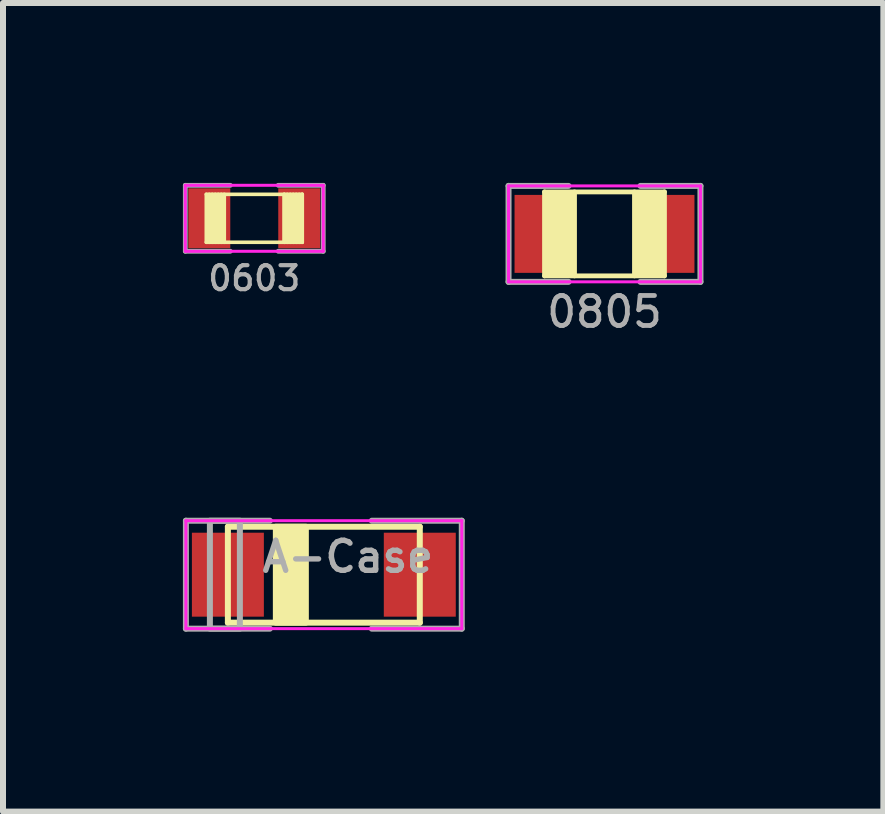
<source format=kicad_pcb>
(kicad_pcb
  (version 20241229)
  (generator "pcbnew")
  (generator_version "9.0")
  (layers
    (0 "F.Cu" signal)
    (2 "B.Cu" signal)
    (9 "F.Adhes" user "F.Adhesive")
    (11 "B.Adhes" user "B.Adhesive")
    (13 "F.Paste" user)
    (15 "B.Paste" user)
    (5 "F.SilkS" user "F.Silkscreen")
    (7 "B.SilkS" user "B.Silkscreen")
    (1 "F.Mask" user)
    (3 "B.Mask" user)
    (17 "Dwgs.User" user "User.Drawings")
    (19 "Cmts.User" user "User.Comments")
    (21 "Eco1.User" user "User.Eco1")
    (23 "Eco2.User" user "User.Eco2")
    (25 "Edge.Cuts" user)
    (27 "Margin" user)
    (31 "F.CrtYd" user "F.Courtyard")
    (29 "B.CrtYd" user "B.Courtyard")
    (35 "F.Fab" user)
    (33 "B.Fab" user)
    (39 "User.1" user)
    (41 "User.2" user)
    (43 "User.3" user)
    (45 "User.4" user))
  (footprint "0805"
    (layer "F.Cu")
    (at 7.03 0.85)
    (property "Reference" "0805" (at 0 1.3 0) (layer "F.Fab") (effects (font (size 0.5 0.5) (thickness 0.08))))
    (attr smd)
    (fp_line (start -1 -0.7) (end -1 0.7) (stroke (width 0.08) (type solid)) (layer "F.SilkS"))
    (fp_line (start -1 0.7) (end 1 0.7) (stroke (width 0.08) (type solid)) (layer "F.SilkS"))
    (fp_line (start -0.95 0.65) (end -0.95 -0.65) (stroke (width 0.12) (type solid)) (layer "F.SilkS"))
    (fp_line (start -0.85 -0.65) (end -0.85 0.65) (stroke (width 0.12) (type solid)) (layer "F.SilkS"))
    (fp_line (start -0.75 0.65) (end -0.75 -0.65) (stroke (width 0.12) (type solid)) (layer "F.SilkS"))
    (fp_line (start -0.65 -0.65) (end -0.65 0.65) (stroke (width 0.12) (type solid)) (layer "F.SilkS"))
    (fp_line (start -0.55 0.65) (end -0.55 -0.65) (stroke (width 0.12) (type solid)) (layer "F.SilkS"))
    (fp_line (start -0.5 -0.7) (end -0.5 0.7) (stroke (width 0.08) (type solid)) (layer "F.SilkS"))
    (fp_line (start 0.5 0.7) (end 0.5 -0.7) (stroke (width 0.08) (type solid)) (layer "F.SilkS"))
    (fp_line (start 0.55 0.65) (end 0.55 -0.65) (stroke (width 0.12) (type solid)) (layer "F.SilkS"))
    (fp_line (start 0.65 -0.65) (end 0.65 0.65) (stroke (width 0.12) (type solid)) (layer "F.SilkS"))
    (fp_line (start 0.75 0.65) (end 0.75 -0.65) (stroke (width 0.12) (type solid)) (layer "F.SilkS"))
    (fp_line (start 0.85 -0.65) (end 0.85 0.65) (stroke (width 0.12) (type solid)) (layer "F.SilkS"))
    (fp_line (start 0.95 0.65) (end 0.95 -0.65) (stroke (width 0.12) (type solid)) (layer "F.SilkS"))
    (fp_line (start 1 -0.7) (end -1 -0.7) (stroke (width 0.08) (type solid)) (layer "F.SilkS"))
    (fp_line (start 1 0.7) (end 1 -0.7) (stroke (width 0.08) (type solid)) (layer "F.SilkS"))
    (fp_line (start -1.6 -0.8) (end 1.6 -0.8) (stroke (width 0.05) (type solid)) (layer "F.CrtYd"))
    (fp_line (start -1.6 0.8) (end -1.6 -0.8) (stroke (width 0.05) (type solid)) (layer "F.CrtYd"))
    (fp_line (start 1.6 -0.8) (end 1.6 0.8) (stroke (width 0.05) (type solid)) (layer "F.CrtYd"))
    (fp_line (start 1.6 0.8) (end -1.6 0.8) (stroke (width 0.05) (type solid)) (layer "F.CrtYd"))
    (fp_line (start -1.6 -0.8) (end -0.6 -0.8) (stroke (width 0.1) (type solid)) (layer "F.Fab"))
    (fp_line (start -1.6 0.8) (end -1.6 -0.8) (stroke (width 0.1) (type solid)) (layer "F.Fab"))
    (fp_line (start -0.6 0.8) (end -1.6 0.8) (stroke (width 0.1) (type solid)) (layer "F.Fab"))
    (fp_line (start 0.6 -0.8) (end 1.6 -0.8) (stroke (width 0.1) (type solid)) (layer "F.Fab"))
    (fp_line (start 1.6 -0.8) (end 1.6 0.8) (stroke (width 0.1) (type solid)) (layer "F.Fab"))
    (fp_line (start 1.6 0.8) (end 0.6 0.8) (stroke (width 0.1) (type solid)) (layer "F.Fab"))
    (pad "1" smd rect (at -1 0) (size 1 1.3) (layers "F.Cu" "F.Mask" "F.Paste"))
    (pad "2" smd rect (at 1 0) (size 1 1.3) (layers "F.Cu" "F.Mask" "F.Paste")))
  (footprint "0603"
    (layer "F.Cu")
    (at 1.19 0.59)
    (property "Reference" "0603" (at 0 1 0) (layer "F.Fab") (effects (font (size 0.4 0.4) (thickness 0.07))))
    (attr smd)
    (fp_line (start -0.8 -0.4) (end -0.8 0.4) (stroke (width 0.06) (type solid)) (layer "F.SilkS"))
    (fp_line (start -0.8 0.4) (end 0.8 0.4) (stroke (width 0.06) (type solid)) (layer "F.SilkS"))
    (fp_line (start -0.75 -0.4) (end -0.75 0.4) (stroke (width 0.06) (type solid)) (layer "F.SilkS"))
    (fp_line (start -0.7 -0.4) (end -0.7 0.4) (stroke (width 0.06) (type solid)) (layer "F.SilkS"))
    (fp_line (start -0.65 0.4) (end -0.65 -0.4) (stroke (width 0.06) (type solid)) (layer "F.SilkS"))
    (fp_line (start -0.6 -0.4) (end -0.6 0.4) (stroke (width 0.06) (type solid)) (layer "F.SilkS"))
    (fp_line (start -0.55 0.4) (end -0.55 -0.4) (stroke (width 0.06) (type solid)) (layer "F.SilkS"))
    (fp_line (start -0.5 0.4) (end -0.5 -0.4) (stroke (width 0.06) (type solid)) (layer "F.SilkS"))
    (fp_line (start 0.5 -0.4) (end 0.5 0.4) (stroke (width 0.06) (type solid)) (layer "F.SilkS"))
    (fp_line (start 0.5 0.4) (end 0.5 -0.4) (stroke (width 0.06) (type solid)) (layer "F.SilkS"))
    (fp_line (start 0.55 -0.4) (end 0.55 0.4) (stroke (width 0.06) (type solid)) (layer "F.SilkS"))
    (fp_line (start 0.6 -0.4) (end 0.6 0.4) (stroke (width 0.06) (type solid)) (layer "F.SilkS"))
    (fp_line (start 0.65 0.4) (end 0.65 -0.4) (stroke (width 0.06) (type solid)) (layer "F.SilkS"))
    (fp_line (start 0.7 -0.4) (end 0.7 0.4) (stroke (width 0.06) (type solid)) (layer "F.SilkS"))
    (fp_line (start 0.75 0.4) (end 0.75 -0.4) (stroke (width 0.06) (type solid)) (layer "F.SilkS"))
    (fp_line (start 0.8 -0.4) (end -0.8 -0.4) (stroke (width 0.06) (type solid)) (layer "F.SilkS"))
    (fp_line (start 0.8 0.4) (end 0.8 -0.4) (stroke (width 0.06) (type solid)) (layer "F.SilkS"))
    (fp_line (start 0.8 0.4) (end 0.8 -0.4) (stroke (width 0.06) (type solid)) (layer "F.SilkS"))
    (fp_line (start -1.15 -0.55) (end 1.15 -0.55) (stroke (width 0.05) (type solid)) (layer "F.CrtYd"))
    (fp_line (start -1.15 0.55) (end -1.15 -0.55) (stroke (width 0.05) (type solid)) (layer "F.CrtYd"))
    (fp_line (start 1.15 -0.55) (end 1.15 0.55) (stroke (width 0.05) (type solid)) (layer "F.CrtYd"))
    (fp_line (start 1.15 0.55) (end -1.15 0.55) (stroke (width 0.05) (type solid)) (layer "F.CrtYd"))
    (fp_line (start -1.15 -0.55) (end -1.15 0.55) (stroke (width 0.08) (type solid)) (layer "F.Fab"))
    (fp_line (start -1.15 0.55) (end -0.4 0.55) (stroke (width 0.08) (type solid)) (layer "F.Fab"))
    (fp_line (start -0.4 -0.55) (end -1.15 -0.55) (stroke (width 0.08) (type solid)) (layer "F.Fab"))
    (fp_line (start 0.4 -0.55) (end 1.15 -0.55) (stroke (width 0.08) (type solid)) (layer "F.Fab"))
    (fp_line (start 1.15 -0.55) (end 1.15 0.55) (stroke (width 0.08) (type solid)) (layer "F.Fab"))
    (fp_line (start 1.15 0.55) (end 0.4 0.55) (stroke (width 0.08) (type solid)) (layer "F.Fab"))
    (pad "1" smd rect (at -0.75 0) (size 0.7 1) (layers "F.Cu" "F.Mask" "F.Paste"))
    (pad "2" smd rect (at 0.75 0) (size 0.7 1) (layers "F.Cu" "F.Mask" "F.Paste")))
  (footprint "A-Case"
    (layer "F.Cu")
    (at 2.35 6.533)
    (property "Reference" "A-Case" (at 0.4 -0.3 0) (layer "F.Fab") (effects (font (size 0.5 0.5) (thickness 0.09))))
    (attr smd)
    (fp_line (start -1.6 -0.8) (end 1.6 -0.8) (stroke (width 0.1) (type solid)) (layer "F.SilkS"))
    (fp_line (start -1.6 0.8) (end -1.6 -0.8) (stroke (width 0.1) (type solid)) (layer "F.SilkS"))
    (fp_line (start 1.6 -0.8) (end 1.6 0.8) (stroke (width 0.1) (type solid)) (layer "F.SilkS"))
    (fp_line (start 1.6 0.8) (end -1.6 0.8) (stroke (width 0.1) (type solid)) (layer "F.SilkS"))
    (fp_poly (pts (xy -0.8 -0.8) (xy -0.3 -0.8) (xy -0.3 0.8) (xy -0.8 0.8)) (stroke (width 0.1) (type solid)) (fill yes) (layer "F.SilkS"))
    (fp_line (start -2.3 -0.9) (end 2.3 -0.9) (stroke (width 0.05) (type solid)) (layer "F.CrtYd"))
    (fp_line (start -2.3 0.9) (end -2.3 -0.9) (stroke (width 0.05) (type solid)) (layer "F.CrtYd"))
    (fp_line (start 2.3 -0.9) (end 2.3 0.9) (stroke (width 0.05) (type solid)) (layer "F.CrtYd"))
    (fp_line (start 2.3 0.9) (end -2.3 0.9) (stroke (width 0.05) (type solid)) (layer "F.CrtYd"))
    (fp_line (start -2.3 -0.9) (end -2.3 0.9) (stroke (width 0.1) (type solid)) (layer "F.Fab"))
    (fp_line (start -2.3 0.9) (end -0.9 0.9) (stroke (width 0.1) (type solid)) (layer "F.Fab"))
    (fp_line (start -0.9 -0.9) (end -2.3 -0.9) (stroke (width 0.1) (type solid)) (layer "F.Fab"))
    (fp_line (start 0.8 -0.9) (end 2.3 -0.9) (stroke (width 0.1) (type solid)) (layer "F.Fab"))
    (fp_line (start 2.3 -0.9) (end 2.3 0.9) (stroke (width 0.1) (type solid)) (layer "F.Fab"))
    (fp_line (start 2.3 0.9) (end 0.8 0.9) (stroke (width 0.1) (type solid)) (layer "F.Fab"))
    (fp_poly (pts (xy -1.9 -0.9) (xy -1.9 0.9) (xy -1.4 0.9) (xy -1.4 -0.9)) (stroke (width 0.1) (type solid)) (fill no) (layer "F.Fab"))
    (pad "1" smd rect (at -1.6 0) (size 1.2 1.4) (layers "F.Cu" "F.Mask" "F.Paste"))
    (pad "2" smd rect (at 1.6 0) (size 1.2 1.4) (layers "F.Cu" "F.Mask" "F.Paste")))
  (gr_rect
    (start -3 -3)
    (end 11.68 10.483)
    (stroke (width 0.1) (type default))
    (fill no)
    (layer "Edge.Cuts")))
</source>
